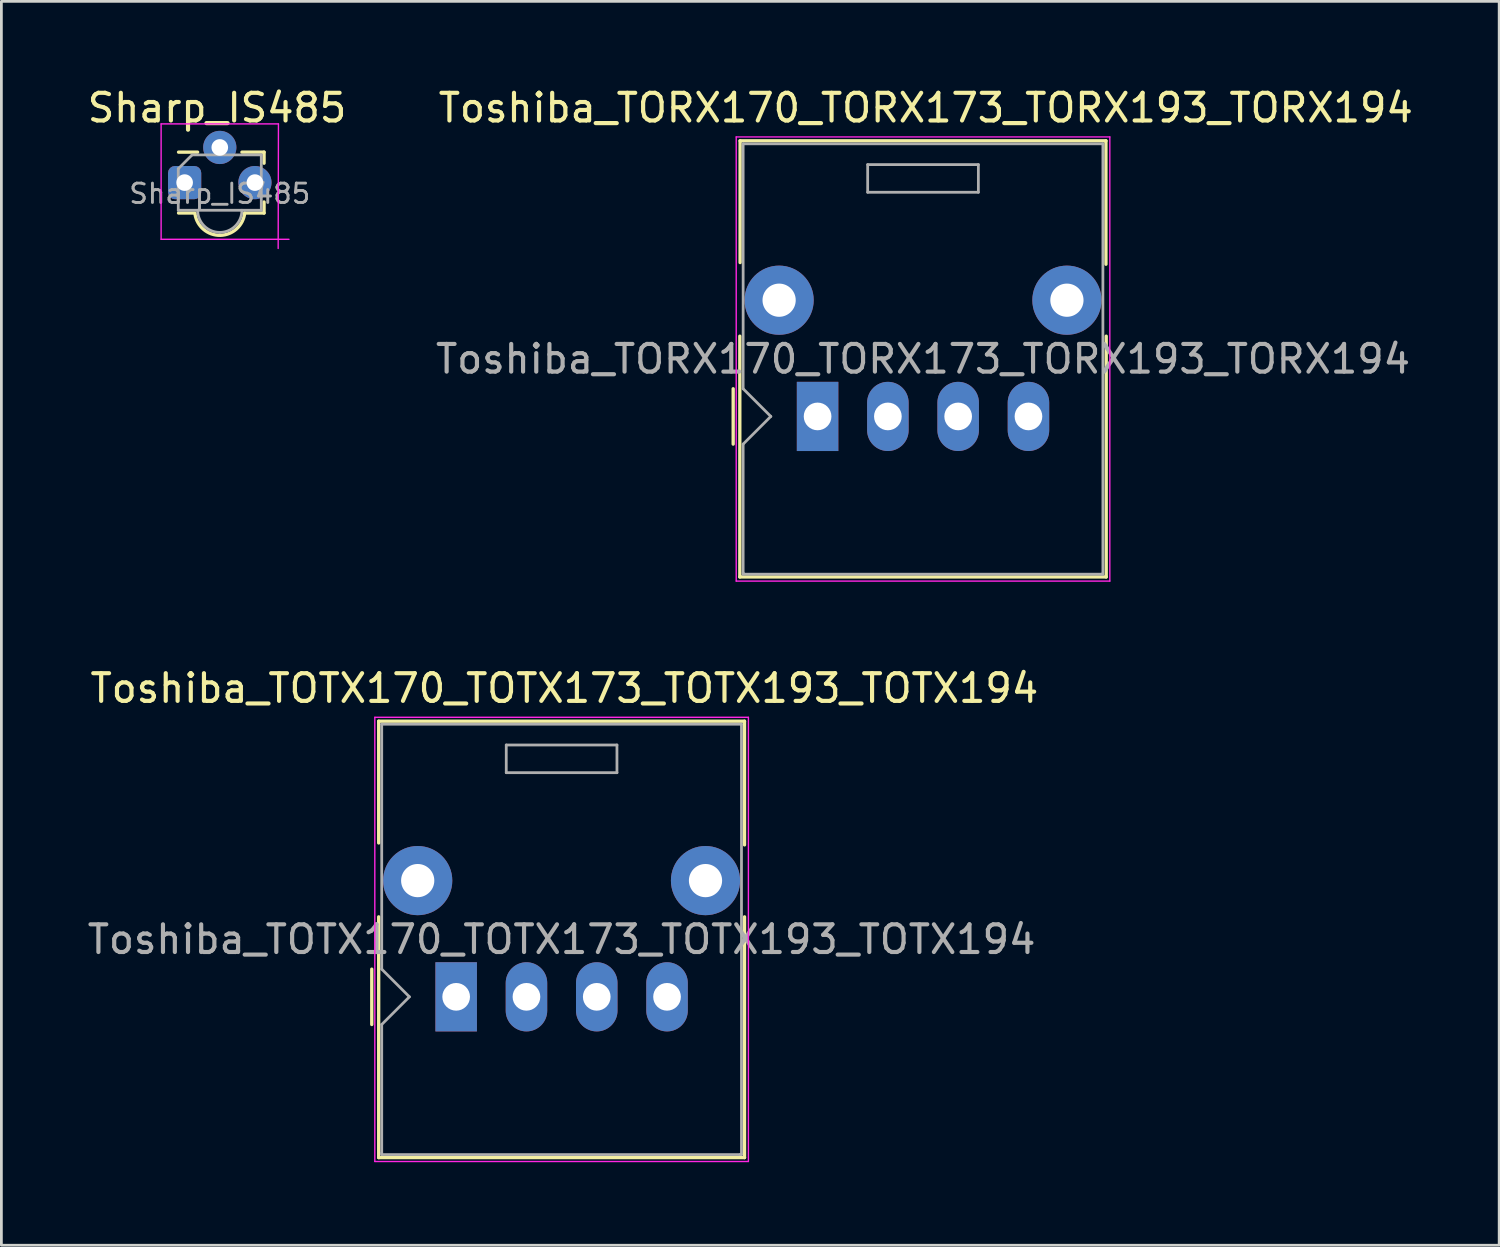
<source format=kicad_pcb>
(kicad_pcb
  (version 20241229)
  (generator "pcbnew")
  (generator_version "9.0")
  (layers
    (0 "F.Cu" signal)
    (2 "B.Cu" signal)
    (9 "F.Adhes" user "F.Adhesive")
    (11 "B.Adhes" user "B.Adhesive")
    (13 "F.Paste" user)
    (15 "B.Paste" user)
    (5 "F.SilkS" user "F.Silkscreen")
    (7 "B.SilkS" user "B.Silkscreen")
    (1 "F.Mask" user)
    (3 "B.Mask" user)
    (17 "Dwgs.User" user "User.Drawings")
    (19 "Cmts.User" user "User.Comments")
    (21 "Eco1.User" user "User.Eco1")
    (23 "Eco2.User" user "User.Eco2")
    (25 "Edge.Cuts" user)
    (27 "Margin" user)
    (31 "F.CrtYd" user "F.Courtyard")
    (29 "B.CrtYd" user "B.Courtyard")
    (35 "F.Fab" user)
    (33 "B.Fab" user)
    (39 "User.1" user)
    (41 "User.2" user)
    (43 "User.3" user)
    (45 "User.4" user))
  (footprint "Toshiba_TORX170_TORX173_TORX193_TORX194"
    (layer "F.Cu")
    (at 26.494 11.998)
    (property "Reference" "Toshiba_TORX170_TORX173_TORX193_TORX194" (at 3.91 -11.15 0) (layer "F.SilkS") (effects (font (size 1 1) (thickness 0.15))))
    (attr through_hole)
    (fp_line (start -3.05 1) (end -3.05 -1) (stroke (width 0.12) (type solid)) (layer "F.SilkS"))
    (fp_line (start -2.81 5.8) (end -2.81 -2.9) (stroke (width 0.12) (type solid)) (layer "F.SilkS"))
    (fp_line (start -2.81 5.8) (end 10.43 5.8) (stroke (width 0.12) (type solid)) (layer "F.SilkS"))
    (fp_line (start -2.8 -9.96) (end -2.8 -5.56) (stroke (width 0.12) (type solid)) (layer "F.SilkS"))
    (fp_line (start 10.42 -9.96) (end -2.8 -9.96) (stroke (width 0.12) (type solid)) (layer "F.SilkS"))
    (fp_line (start 10.42 -9.96) (end 10.42 -5.5) (stroke (width 0.12) (type solid)) (layer "F.SilkS"))
    (fp_line (start 10.43 5.8) (end 10.43 -2.9) (stroke (width 0.12) (type solid)) (layer "F.SilkS"))
    (fp_line (start -2.94 -10.1) (end -2.94 5.95) (stroke (width 0.05) (type solid)) (layer "F.CrtYd"))
    (fp_line (start -2.94 -10.1) (end 10.56 -10.1) (stroke (width 0.05) (type solid)) (layer "F.CrtYd"))
    (fp_line (start 10.56 5.95) (end -2.94 5.95) (stroke (width 0.05) (type solid)) (layer "F.CrtYd"))
    (fp_line (start 10.56 5.95) (end 10.56 -10.1) (stroke (width 0.05) (type solid)) (layer "F.CrtYd"))
    (fp_line (start -2.69 -9.85) (end 10.31 -9.85) (stroke (width 0.1) (type solid)) (layer "F.Fab"))
    (fp_line (start -2.69 -1) (end -2.69 -9.85) (stroke (width 0.1) (type solid)) (layer "F.Fab"))
    (fp_line (start -2.69 5.65) (end -2.69 1) (stroke (width 0.1) (type solid)) (layer "F.Fab"))
    (fp_line (start -2.69 5.65) (end -2.69 5.7) (stroke (width 0.1) (type solid)) (layer "F.Fab"))
    (fp_line (start -2.69 5.7) (end 10.26 5.7) (stroke (width 0.1) (type solid)) (layer "F.Fab"))
    (fp_line (start -1.69 0) (end -2.69 -1) (stroke (width 0.1) (type solid)) (layer "F.Fab"))
    (fp_line (start -1.69 0) (end -2.69 1) (stroke (width 0.1) (type solid)) (layer "F.Fab"))
    (fp_line (start 1.81 -9.1) (end 5.81 -9.1) (stroke (width 0.1) (type solid)) (layer "F.Fab"))
    (fp_line (start 1.81 -8.1) (end 1.81 -9.1) (stroke (width 0.1) (type solid)) (layer "F.Fab"))
    (fp_line (start 5.81 -9.1) (end 5.81 -8.1) (stroke (width 0.1) (type solid)) (layer "F.Fab"))
    (fp_line (start 5.81 -8.1) (end 1.81 -8.1) (stroke (width 0.1) (type solid)) (layer "F.Fab"))
    (fp_line (start 10.26 5.7) (end 10.31 5.7) (stroke (width 0.1) (type solid)) (layer "F.Fab"))
    (fp_line (start 10.31 5.7) (end 10.31 -9.85) (stroke (width 0.1) (type solid)) (layer "F.Fab"))
    (fp_text user "${REFERENCE}" (at 3.81 -2.075 0) (layer "F.Fab") (effects (font (size 1 1) (thickness 0.15))))
    (pad "1" thru_hole rect (at 0 0) (size 1.5 2.5) (drill 1) (layers "*.Cu" "*.Mask"))
    (pad "2" thru_hole oval (at 2.54 0) (size 1.5 2.5) (drill 1) (layers "*.Cu" "*.Mask"))
    (pad "3" thru_hole oval (at 5.08 0) (size 1.5 2.5) (drill 1) (layers "*.Cu" "*.Mask"))
    (pad "4" thru_hole oval (at 7.62 0) (size 1.5 2.5) (drill 1) (layers "*.Cu" "*.Mask"))
    (pad "5" thru_hole circle (at 9.01 -4.2) (size 2.5 2.5) (drill 1.2) (layers "*.Cu" "*.Mask"))
    (pad "6" thru_hole circle (at -1.39 -4.2) (size 2.5 2.5) (drill 1.2) (layers "*.Cu" "*.Mask")))
  (footprint "Sharp_IS485"
    (layer "F.Cu")
    (at 3.622 3.548)
    (property "Reference" "Sharp_IS485" (at 1.17 -2.7 0) (layer "F.SilkS") (effects (font (size 1 1) (thickness 0.15))))
    (attr through_hole)
    (fp_line (start -0.22 1.1) (end 0.37 1.1) (stroke (width 0.12) (type solid)) (layer "F.SilkS"))
    (fp_line (start 0.47 -1.1) (end -0.22 -1.1) (stroke (width 0.12) (type solid)) (layer "F.SilkS"))
    (fp_line (start 2.07 -1.1) (end 2.87 -1.1) (stroke (width 0.12) (type solid)) (layer "F.SilkS"))
    (fp_line (start 2.17 1.1) (end 2.87 1.1) (stroke (width 0.12) (type solid)) (layer "F.SilkS"))
    (fp_line (start 2.87 -0.7) (end 2.87 -1.1) (stroke (width 0.12) (type solid)) (layer "F.SilkS"))
    (fp_line (start 2.87 1.1) (end 2.87 0.7) (stroke (width 0.12) (type solid)) (layer "F.SilkS"))
    (fp_arc (start 2.17 1.1) (mid 1.288329 1.905353) (end 0.374785 1.136345) (stroke (width 0.12) (type solid)) (layer "F.SilkS"))
    (fp_line (start -0.85 -2.12) (end 3.39 -2.12) (stroke (width 0.05) (type solid)) (layer "F.CrtYd"))
    (fp_line (start -0.85 2.05) (end -0.85 -2.12) (stroke (width 0.05) (type solid)) (layer "F.CrtYd"))
    (fp_line (start 3.39 -2.12) (end 3.38 2.38) (stroke (width 0.05) (type solid)) (layer "F.CrtYd"))
    (fp_line (start 3.77 2.05) (end -0.85 2.05) (stroke (width 0.05) (type solid)) (layer "F.CrtYd"))
    (fp_line (start -0.23 -0.5) (end -0.23 1) (stroke (width 0.1) (type solid)) (layer "F.Fab"))
    (fp_line (start -0.23 -0.5) (end 0.27 -1) (stroke (width 0.1) (type solid)) (layer "F.Fab"))
    (fp_line (start -0.23 1) (end 2.77 1) (stroke (width 0.1) (type solid)) (layer "F.Fab"))
    (fp_line (start 2.77 -1) (end 0.27 -1) (stroke (width 0.1) (type solid)) (layer "F.Fab"))
    (fp_line (start 2.77 1) (end 2.77 -1) (stroke (width 0.1) (type solid)) (layer "F.Fab"))
    (fp_arc (start 1.27 1.8) (mid 0.704315 1.565685) (end 0.47 1) (stroke (width 0.1) (type solid)) (layer "F.Fab"))
    (fp_arc (start 2.07 1) (mid 1.835685 1.565685) (end 1.27 1.8) (stroke (width 0.1) (type solid)) (layer "F.Fab"))
    (fp_text user "${REFERENCE}" (at 1.27 0.4 0) (layer "F.Fab") (effects (font (size 0.7 0.7) (thickness 0.105))))
    (pad "1" thru_hole roundrect (at 0 0) (size 1.2 1.2) (drill 0.6) (layers "*.Cu" "*.Mask") (roundrect_rratio 0.208))
    (pad "2" thru_hole circle (at 1.27 -1.27) (size 1.2 1.2) (drill 0.6) (layers "*.Cu" "*.Mask"))
    (pad "3" thru_hole circle (at 2.54 0) (size 1.2 1.2) (drill 0.6) (layers "*.Cu" "*.Mask")))
  (footprint "Toshiba_TOTX170_TOTX173_TOTX193_TOTX194"
    (layer "F.Cu")
    (at 13.434 32.971)
    (property "Reference" "Toshiba_TOTX170_TOTX173_TOTX193_TOTX194" (at 3.91 -11.15 0) (layer "F.SilkS") (effects (font (size 1 1) (thickness 0.15))))
    (attr through_hole)
    (fp_line (start -3.05 1) (end -3.05 -1) (stroke (width 0.12) (type solid)) (layer "F.SilkS"))
    (fp_line (start -2.8 -9.96) (end -2.8 -5.56) (stroke (width 0.12) (type solid)) (layer "F.SilkS"))
    (fp_line (start -2.8 5.81) (end -2.8 -2.89) (stroke (width 0.12) (type solid)) (layer "F.SilkS"))
    (fp_line (start -2.8 5.81) (end 10.42 5.81) (stroke (width 0.12) (type solid)) (layer "F.SilkS"))
    (fp_line (start 10.42 -9.96) (end -2.8 -9.96) (stroke (width 0.12) (type solid)) (layer "F.SilkS"))
    (fp_line (start 10.42 -9.96) (end 10.42 -5.49) (stroke (width 0.12) (type solid)) (layer "F.SilkS"))
    (fp_line (start 10.42 5.81) (end 10.42 -2.89) (stroke (width 0.12) (type solid)) (layer "F.SilkS"))
    (fp_line (start -2.94 -10.1) (end -2.94 5.95) (stroke (width 0.05) (type solid)) (layer "F.CrtYd"))
    (fp_line (start -2.94 -10.1) (end 10.56 -10.1) (stroke (width 0.05) (type solid)) (layer "F.CrtYd"))
    (fp_line (start 10.56 5.95) (end -2.94 5.95) (stroke (width 0.05) (type solid)) (layer "F.CrtYd"))
    (fp_line (start 10.56 5.95) (end 10.56 -10.1) (stroke (width 0.05) (type solid)) (layer "F.CrtYd"))
    (fp_line (start -2.69 -9.85) (end 10.31 -9.85) (stroke (width 0.1) (type solid)) (layer "F.Fab"))
    (fp_line (start -2.69 -1) (end -2.69 -9.85) (stroke (width 0.1) (type solid)) (layer "F.Fab"))
    (fp_line (start -2.69 5.65) (end -2.69 1) (stroke (width 0.1) (type solid)) (layer "F.Fab"))
    (fp_line (start -2.69 5.65) (end -2.69 5.7) (stroke (width 0.1) (type solid)) (layer "F.Fab"))
    (fp_line (start -2.69 5.7) (end 10.26 5.7) (stroke (width 0.1) (type solid)) (layer "F.Fab"))
    (fp_line (start -1.69 0) (end -2.69 -1) (stroke (width 0.1) (type solid)) (layer "F.Fab"))
    (fp_line (start -1.69 0) (end -2.69 1) (stroke (width 0.1) (type solid)) (layer "F.Fab"))
    (fp_line (start 1.81 -9.1) (end 5.81 -9.1) (stroke (width 0.1) (type solid)) (layer "F.Fab"))
    (fp_line (start 1.81 -8.1) (end 1.81 -9.1) (stroke (width 0.1) (type solid)) (layer "F.Fab"))
    (fp_line (start 5.81 -9.1) (end 5.81 -8.1) (stroke (width 0.1) (type solid)) (layer "F.Fab"))
    (fp_line (start 5.81 -8.1) (end 1.81 -8.1) (stroke (width 0.1) (type solid)) (layer "F.Fab"))
    (fp_line (start 10.26 5.7) (end 10.31 5.7) (stroke (width 0.1) (type solid)) (layer "F.Fab"))
    (fp_line (start 10.31 5.7) (end 10.31 -9.85) (stroke (width 0.1) (type solid)) (layer "F.Fab"))
    (fp_text user "${REFERENCE}" (at 3.81 -2.075 0) (layer "F.Fab") (effects (font (size 1 1) (thickness 0.15))))
    (pad "1" thru_hole rect (at 0 0) (size 1.5 2.5) (drill 1) (layers "*.Cu" "*.Mask"))
    (pad "2" thru_hole oval (at 2.54 0) (size 1.5 2.5) (drill 1) (layers "*.Cu" "*.Mask"))
    (pad "3" thru_hole oval (at 5.08 0) (size 1.5 2.5) (drill 1) (layers "*.Cu" "*.Mask"))
    (pad "4" thru_hole oval (at 7.62 0) (size 1.5 2.5) (drill 1) (layers "*.Cu" "*.Mask"))
    (pad "5" thru_hole circle (at 9.01 -4.2) (size 2.5 2.5) (drill 1.2) (layers "*.Cu" "*.Mask"))
    (pad "6" thru_hole circle (at -1.39 -4.2) (size 2.5 2.5) (drill 1.2) (layers "*.Cu" "*.Mask")))
  (gr_rect
    (start -3 -3)
    (end 51.124 41.947)
    (stroke (width 0.1) (type default))
    (fill no)
    (layer "Edge.Cuts")))
</source>
